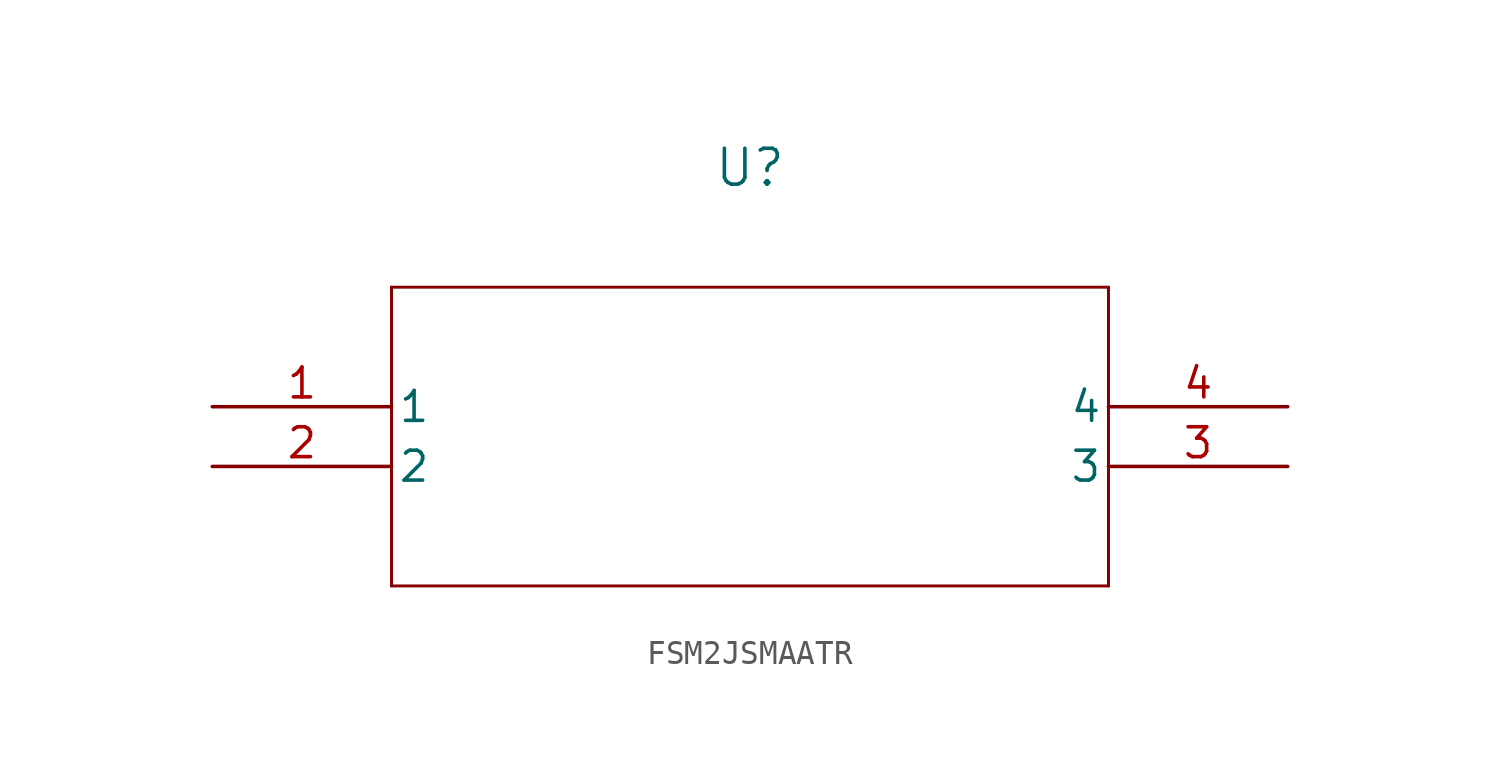
<source format=kicad_sym>
(kicad_symbol_lib
  (version 20241209)
  (generator "kicad_symbol_editor")
  (generator_version "9.0")
  (symbol "FSM2JSMAATR"
    (pin_names
      (offset 0.254))
    (property "Reference" "U"
      (at 22.86 10.16 0)
      (effects (font (size 1.524 1.524))))
    (property "Value" ""
      (at 22.86 7.62 0)
      (effects (font (size 1.524 1.524))))
    (symbol "FSM2JSMAATR_0_1"
      (polyline (pts (xy 7.62 5.08) (xy 7.62 -7.62)) (stroke (width 0.127) (type default)) (fill (type none)))
      (polyline (pts (xy 7.62 -7.62) (xy 38.1 -7.62)) (stroke (width 0.127) (type default)) (fill (type none)))
      (polyline (pts (xy 38.1 5.08) (xy 7.62 5.08)) (stroke (width 0.127) (type default)) (fill (type none)))
      (polyline (pts (xy 38.1 -7.62) (xy 38.1 5.08)) (stroke (width 0.127) (type default)) (fill (type none)))
      (pin unspecified line (at 0 0 0) (length 7.62) (name "1" (effects (font (size 1.27 1.27)))) (number "1" (effects (font (size 1.27 1.27)))))
      (pin unspecified line (at 0 -2.54 0) (length 7.62) (name "2" (effects (font (size 1.27 1.27)))) (number "2" (effects (font (size 1.27 1.27)))))
      (pin unspecified line (at 45.72 0 180) (length 7.62) (name "4" (effects (font (size 1.27 1.27)))) (number "4" (effects (font (size 1.27 1.27)))))
      (pin unspecified line (at 45.72 -2.54 180) (length 7.62) (name "3" (effects (font (size 1.27 1.27)))) (number "3" (effects (font (size 1.27 1.27))))))))
</source>
